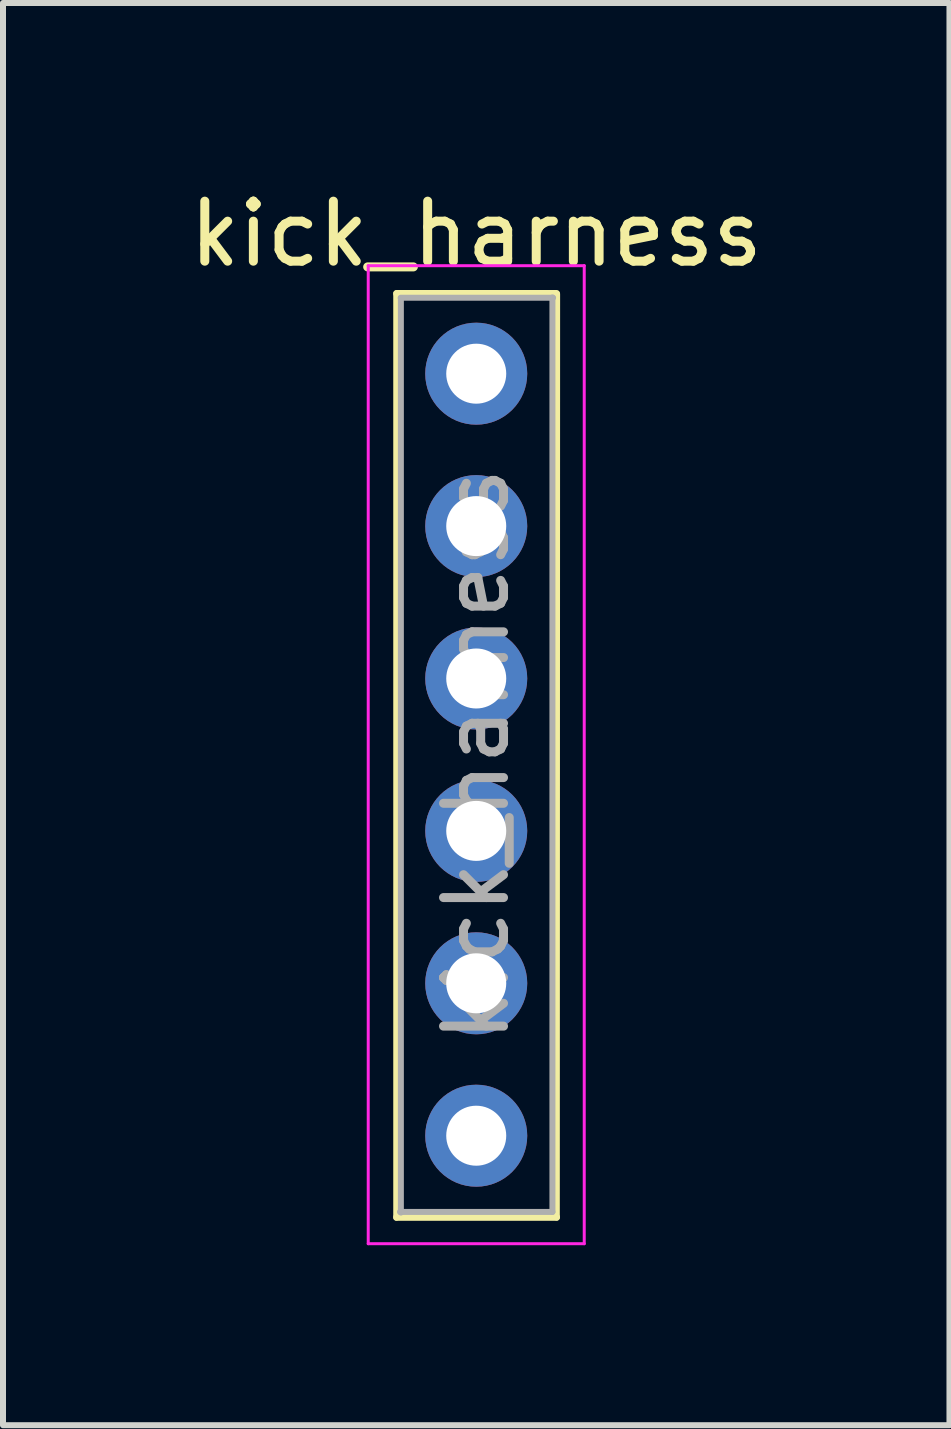
<source format=kicad_pcb>
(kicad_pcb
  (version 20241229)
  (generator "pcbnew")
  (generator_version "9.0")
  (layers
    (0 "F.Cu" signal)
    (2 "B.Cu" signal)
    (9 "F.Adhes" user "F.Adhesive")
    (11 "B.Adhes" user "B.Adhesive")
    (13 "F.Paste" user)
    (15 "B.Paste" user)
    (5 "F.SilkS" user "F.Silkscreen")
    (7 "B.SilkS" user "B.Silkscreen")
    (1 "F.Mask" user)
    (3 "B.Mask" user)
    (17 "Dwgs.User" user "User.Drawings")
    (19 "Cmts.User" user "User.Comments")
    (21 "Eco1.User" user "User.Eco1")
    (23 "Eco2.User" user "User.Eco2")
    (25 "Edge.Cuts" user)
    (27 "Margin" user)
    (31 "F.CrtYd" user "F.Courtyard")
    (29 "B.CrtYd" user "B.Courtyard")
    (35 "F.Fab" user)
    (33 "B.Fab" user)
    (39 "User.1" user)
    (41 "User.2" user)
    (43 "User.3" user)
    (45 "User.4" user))
  (footprint "kick_harness"
    (layer "F.Cu")
    (at 4.887 3.178)
    (property "Reference" "kick_harness" (at 0 -2.33 0) (layer "F.SilkS") (effects (font (size 1 1) (thickness 0.15))))
    (attr through_hole)
    (fp_line (start -1.333 -1.341) (end -1.333 14.067) (stroke (width 0.1) (type solid)) (layer "F.SilkS"))
    (fp_line (start -1.324 14.058) (end 1.336 14.058) (stroke (width 0.12) (type solid)) (layer "F.SilkS"))
    (fp_line (start -1.323 -1.335) (end 1.337 -1.335) (stroke (width 0.12) (type solid)) (layer "F.SilkS"))
    (fp_line (start 1.343 14.065) (end 1.348 -1.322) (stroke (width 0.1) (type solid)) (layer "F.SilkS"))
    (fp_line (start -1.8 -1.8) (end -1.8 14.5) (stroke (width 0.05) (type solid)) (layer "F.CrtYd"))
    (fp_line (start -1.8 14.5) (end 1.8 14.5) (stroke (width 0.05) (type solid)) (layer "F.CrtYd"))
    (fp_line (start 1.8 -1.8) (end -1.8 -1.8) (stroke (width 0.05) (type solid)) (layer "F.CrtYd"))
    (fp_line (start 1.8 14.5) (end 1.8 -1.8) (stroke (width 0.05) (type solid)) (layer "F.CrtYd"))
    (fp_line (start -1.256 -1.259) (end -1.256 13.981) (stroke (width 0.1) (type solid)) (layer "F.Fab"))
    (fp_line (start 1.27 -1.27) (end 1.27 13.97) (stroke (width 0.1) (type solid)) (layer "F.Fab"))
    (fp_line (start 1.27 13.97) (end -1.27 13.97) (stroke (width 0.1) (type solid)) (layer "F.Fab"))
    (fp_line (start 1.281 -1.266) (end -1.259 -1.266) (stroke (width 0.1) (type solid)) (layer "F.Fab"))
    (fp_text user "${REFERENCE}" (at 0 6.35 90) (layer "F.Fab") (effects (font (size 1 1) (thickness 0.15))))
    (pad "1" thru_hole circle (at 0 0) (size 1.7 1.7) (drill 1) (layers "*.Cu" "*.Mask"))
    (pad "2" thru_hole oval (at 0 2.54) (size 1.7 1.7) (drill 1) (layers "*.Cu" "*.Mask"))
    (pad "3" thru_hole oval (at 0 5.08) (size 1.7 1.7) (drill 1) (layers "*.Cu" "*.Mask"))
    (pad "4" thru_hole oval (at 0 7.62) (size 1.7 1.7) (drill 1) (layers "*.Cu" "*.Mask"))
    (pad "5" thru_hole oval (at 0 10.16) (size 1.7 1.7) (drill 1) (layers "*.Cu" "*.Mask"))
    (pad "6" thru_hole oval (at 0 12.7) (size 1.7 1.7) (drill 1) (layers "*.Cu" "*.Mask")))
  (gr_rect
    (start -3 -3)
    (end 12.774 20.703)
    (stroke (width 0.1) (type default))
    (fill no)
    (layer "Edge.Cuts")))
</source>
